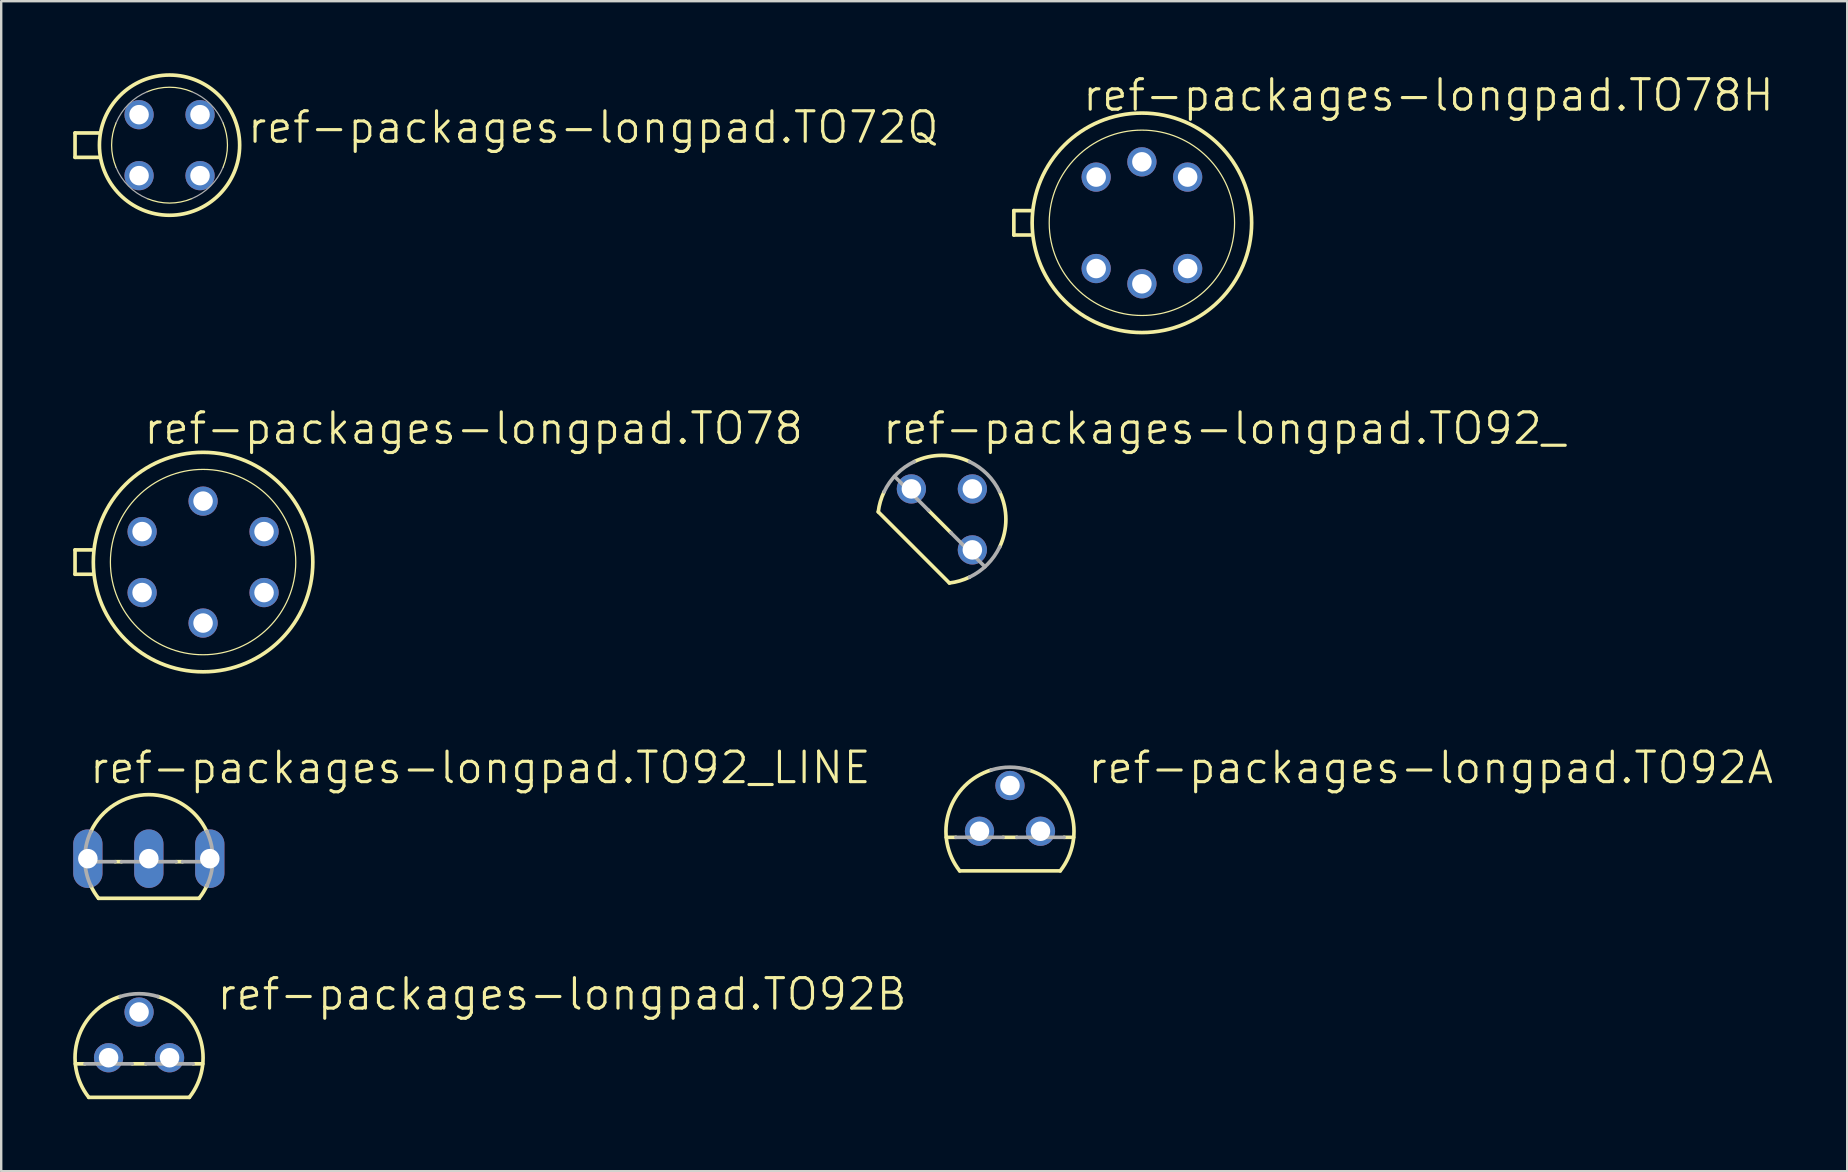
<source format=kicad_pcb>
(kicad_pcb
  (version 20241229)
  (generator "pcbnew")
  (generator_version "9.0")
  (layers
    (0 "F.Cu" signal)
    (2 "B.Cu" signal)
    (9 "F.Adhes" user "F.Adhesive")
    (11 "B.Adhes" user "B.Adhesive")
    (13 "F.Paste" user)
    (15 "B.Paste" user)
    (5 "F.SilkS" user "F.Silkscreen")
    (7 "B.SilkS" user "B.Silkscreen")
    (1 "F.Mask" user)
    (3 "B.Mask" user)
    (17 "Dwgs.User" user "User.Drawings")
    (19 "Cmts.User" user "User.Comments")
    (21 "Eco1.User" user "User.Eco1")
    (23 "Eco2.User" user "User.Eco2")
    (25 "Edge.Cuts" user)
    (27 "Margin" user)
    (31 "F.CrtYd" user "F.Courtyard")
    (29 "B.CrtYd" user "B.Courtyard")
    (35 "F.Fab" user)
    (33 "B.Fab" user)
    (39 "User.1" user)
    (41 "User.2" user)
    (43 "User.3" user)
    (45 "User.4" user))
  (footprint "ref-packages-longpad.TO78H"
    (layer "F.Cu")
    (at 44.521 6.232)
    (property "Reference" "ref-packages-longpad.TO78H" (at -2.54 -4.572 0) (layer "F.SilkS") (effects (font (size 1.27 1.27) (thickness 0.13)) (justify left bottom)))
    (attr through_hole)
    (fp_line (start -5.334 0.508) (end -5.334 -0.508) (stroke (width 0.152) (type default)) (layer "F.SilkS"))
    (fp_line (start -5.334 0.508) (end -4.572 0.508) (stroke (width 0.152) (type default)) (layer "F.SilkS"))
    (fp_line (start -4.572 -0.508) (end -5.334 -0.508) (stroke (width 0.152) (type default)) (layer "F.SilkS"))
    (fp_circle (center 0 0) (end 3.861 0) (stroke (width 0.051) (type default)) (fill no) (layer "F.SilkS"))
    (fp_circle (center 0 0) (end 4.572 0) (stroke (width 0.152) (type default)) (fill no) (layer "F.SilkS"))
    (pad "1" thru_hole circle (at -1.905 1.905) (size 1.219 1.219) (drill 0.813) (layers "*.Cu" "*.Mask"))
    (pad "2" thru_hole circle (at 0 2.54) (size 1.219 1.219) (drill 0.813) (layers "*.Cu" "*.Mask"))
    (pad "3" thru_hole circle (at 1.905 1.905) (size 1.219 1.219) (drill 0.813) (layers "*.Cu" "*.Mask"))
    (pad "4" thru_hole circle (at 1.905 -1.905) (size 1.219 1.219) (drill 0.813) (layers "*.Cu" "*.Mask"))
    (pad "5" thru_hole circle (at 0 -2.54) (size 1.219 1.219) (drill 0.813) (layers "*.Cu" "*.Mask"))
    (pad "6" thru_hole circle (at -1.905 -1.905) (size 1.219 1.219) (drill 0.813) (layers "*.Cu" "*.Mask")))
  (footprint "ref-packages-longpad.TO92A"
    (layer "F.Cu")
    (at 39.025 31.579)
    (property "Reference" "ref-packages-longpad.TO92A" (at 3.175 -1.905 0) (layer "F.SilkS") (effects (font (size 1.27 1.27) (thickness 0.13)) (justify left bottom)))
    (attr through_hole)
    (fp_line (start -2.655 0.254) (end -2.254 0.254) (stroke (width 0.152) (type default)) (layer "F.SilkS"))
    (fp_line (start -2.095 1.651) (end 2.095 1.651) (stroke (width 0.152) (type default)) (layer "F.SilkS"))
    (fp_line (start -0.286 0.254) (end 0.286 0.254) (stroke (width 0.152) (type default)) (layer "F.SilkS"))
    (fp_line (start 2.254 0.254) (end 2.655 0.254) (stroke (width 0.152) (type default)) (layer "F.SilkS"))
    (fp_arc (start -2.0946 1.651) (mid -2.54634 -0.793276) (end -0.7863 -2.5485) (stroke (width 0.1524) (type default)) (layer "F.SilkS"))
    (fp_arc (start 0.7868 -2.5484) (mid 2.54677 -0.793201) (end 2.095 1.651) (stroke (width 0.1524) (type default)) (layer "F.SilkS"))
    (fp_line (start -2.254 0.254) (end -0.286 0.254) (stroke (width 0.152) (type default)) (layer "F.Fab"))
    (fp_line (start 0.286 0.254) (end 2.254 0.254) (stroke (width 0.152) (type default)) (layer "F.Fab"))
    (fp_arc (start -0.7863 -2.5485) (mid 0 -2.667043) (end 0.7863 -2.5485) (stroke (width 0.1524) (type default)) (layer "F.Fab"))
    (pad "B" thru_hole circle (at 0 -1.905) (size 1.219 1.219) (drill 0.813) (layers "*.Cu" "*.Mask"))
    (pad "C" thru_hole circle (at -1.27 0) (size 1.219 1.219) (drill 0.813) (layers "*.Cu" "*.Mask"))
    (pad "E" thru_hole circle (at 1.27 0) (size 1.219 1.219) (drill 0.813) (layers "*.Cu" "*.Mask")))
  (footprint "ref-packages-longpad.TO72Q"
    (layer "F.Cu")
    (at 4.013 2.997)
    (property "Reference" "ref-packages-longpad.TO72Q" (at 3.175 0 0) (layer "F.SilkS") (effects (font (size 1.27 1.27) (thickness 0.13)) (justify left bottom)))
    (attr through_hole)
    (fp_line (start -3.937 -0.508) (end -2.896 -0.508) (stroke (width 0.152) (type default)) (layer "F.SilkS"))
    (fp_line (start -3.937 0.508) (end -3.937 -0.508) (stroke (width 0.152) (type default)) (layer "F.SilkS"))
    (fp_line (start -2.896 0.508) (end -3.937 0.508) (stroke (width 0.152) (type default)) (layer "F.SilkS"))
    (fp_arc (start -2.227 0.9289) (mid -2.412962 0) (end -2.227 -0.9289) (stroke (width 0.0508) (type default)) (layer "F.SilkS"))
    (fp_arc (start -0.9289 -2.227) (mid 0 -2.412962) (end 0.9289 -2.227) (stroke (width 0.0508) (type default)) (layer "F.SilkS"))
    (fp_arc (start 0.9289 2.227) (mid 0 2.412962) (end -0.9289 2.227) (stroke (width 0.0508) (type default)) (layer "F.SilkS"))
    (fp_arc (start 2.227 -0.9289) (mid 2.412962 0) (end 2.227 0.9289) (stroke (width 0.0508) (type default)) (layer "F.SilkS"))
    (fp_circle (center 0 0) (end 2.921 0) (stroke (width 0.152) (type default)) (fill no) (layer "F.SilkS"))
    (fp_arc (start -2.227 -0.9289) (mid -1.706222 -1.706222) (end -0.9289 -2.227) (stroke (width 0.0508) (type default)) (layer "F.Fab"))
    (fp_arc (start -0.9289 2.227) (mid -1.706222 1.706222) (end -2.227 0.9289) (stroke (width 0.0508) (type default)) (layer "F.Fab"))
    (fp_arc (start 0.9289 -2.227) (mid 1.706222 -1.706222) (end 2.227 -0.9289) (stroke (width 0.0508) (type default)) (layer "F.Fab"))
    (fp_arc (start 2.227 0.9289) (mid 1.706222 1.706222) (end 0.9289 2.227) (stroke (width 0.0508) (type default)) (layer "F.Fab"))
    (pad "B" thru_hole circle (at 1.27 1.27) (size 1.219 1.219) (drill 0.813) (layers "*.Cu" "*.Mask"))
    (pad "C" thru_hole circle (at 1.27 -1.27) (size 1.219 1.219) (drill 0.813) (layers "*.Cu" "*.Mask"))
    (pad "E1" thru_hole circle (at -1.27 1.27) (size 1.219 1.219) (drill 0.813) (layers "*.Cu" "*.Mask"))
    (pad "E2" thru_hole circle (at -1.27 -1.27) (size 1.219 1.219) (drill 0.813) (layers "*.Cu" "*.Mask")))
  (footprint "ref-packages-longpad.TO92_"
    (layer "F.Cu")
    (at 36.188 18.588)
    (property "Reference" "ref-packages-longpad.TO92_" (at -2.54 -3.048 0) (layer "F.SilkS") (effects (font (size 1.27 1.27) (thickness 0.13)) (justify left bottom)))
    (attr through_hole)
    (fp_line (start -2.649 -0.314) (end 0.314 2.649) (stroke (width 0.152) (type default)) (layer "F.SilkS"))
    (fp_line (start -0.557 -0.377) (end 0.377 0.557) (stroke (width 0.152) (type default)) (layer "F.SilkS"))
    (fp_arc (start -2.649 -0.314) (mid -2.562364 -0.741831) (end -2.4071 -1.1498) (stroke (width 0.1524) (type default)) (layer "F.SilkS"))
    (fp_arc (start -1.1494 -2.4066) (mid 0 -2.666992) (end 1.1494 -2.4066) (stroke (width 0.1524) (type default)) (layer "F.SilkS"))
    (fp_arc (start 1.1498 2.4071) (mid 0.741831 2.562364) (end 0.314 2.649) (stroke (width 0.1524) (type default)) (layer "F.SilkS"))
    (fp_arc (start 2.4066 -1.1494) (mid 2.666992 0) (end 2.4066 1.1494) (stroke (width 0.1524) (type default)) (layer "F.SilkS"))
    (fp_line (start -1.974 -1.794) (end -0.557 -0.377) (stroke (width 0.152) (type default)) (layer "F.Fab"))
    (fp_line (start 0.377 0.557) (end 1.794 1.974) (stroke (width 0.152) (type default)) (layer "F.Fab"))
    (fp_arc (start -2.4066 -1.1494) (mid -1.885848 -1.885848) (end -1.1494 -2.4066) (stroke (width 0.1524) (type default)) (layer "F.Fab"))
    (fp_arc (start 1.1494 -2.4066) (mid 1.885848 -1.885848) (end 2.4066 -1.1494) (stroke (width 0.1524) (type default)) (layer "F.Fab"))
    (fp_arc (start 2.4066 1.1494) (mid 1.885848 1.885848) (end 1.1494 2.4066) (stroke (width 0.1524) (type default)) (layer "F.Fab"))
    (pad "1" thru_hole circle (at 1.27 1.27) (size 1.219 1.219) (drill 0.813) (layers "*.Cu" "*.Mask"))
    (pad "2" thru_hole circle (at 1.27 -1.27) (size 1.219 1.219) (drill 0.813) (layers "*.Cu" "*.Mask"))
    (pad "3" thru_hole circle (at -1.27 -1.27) (size 1.219 1.219) (drill 0.813) (layers "*.Cu" "*.Mask")))
  (footprint "ref-packages-longpad.TO92_LINE"
    (layer "F.Cu")
    (at 3.15 32.722)
    (property "Reference" "ref-packages-longpad.TO92_LINE" (at -2.54 -3.048 0) (layer "F.SilkS") (effects (font (size 1.27 1.27) (thickness 0.13)) (justify left bottom)))
    (attr through_hole)
    (fp_line (start -2.095 1.651) (end 2.095 1.651) (stroke (width 0.152) (type default)) (layer "F.SilkS"))
    (fp_line (start -1.136 0.127) (end -1.404 0.127) (stroke (width 0.152) (type default)) (layer "F.SilkS"))
    (fp_line (start 1.404 0.127) (end 1.136 0.127) (stroke (width 0.152) (type default)) (layer "F.SilkS"))
    (fp_arc (start -2.413 -1.1359) (mid 0 -2.66699) (end 2.413 -1.1359) (stroke (width 0.1524) (type default)) (layer "F.SilkS"))
    (fp_arc (start -2.095 1.651) (mid -2.268918 1.40252) (end -2.4135 1.1359) (stroke (width 0.1524) (type default)) (layer "F.SilkS"))
    (fp_arc (start 2.4247 1.1118) (mid 2.275878 1.391201) (end 2.095 1.651) (stroke (width 0.1524) (type default)) (layer "F.SilkS"))
    (fp_line (start -1.404 0.127) (end -2.664 0.127) (stroke (width 0.152) (type default)) (layer "F.Fab"))
    (fp_line (start 1.136 0.127) (end -1.136 0.127) (stroke (width 0.152) (type default)) (layer "F.Fab"))
    (fp_line (start 2.664 0.127) (end 1.404 0.127) (stroke (width 0.152) (type default)) (layer "F.Fab"))
    (fp_arc (start -2.664 0.127) (mid -2.615858 -0.519825) (end -2.413 -1.1359) (stroke (width 0.1524) (type default)) (layer "F.Fab"))
    (fp_arc (start -2.413 1.1359) (mid -2.588137 0.643799) (end -2.664 0.127) (stroke (width 0.1524) (type default)) (layer "F.Fab"))
    (fp_arc (start 2.413 -1.1359) (mid 2.615858 -0.519825) (end 2.664 0.127) (stroke (width 0.1524) (type default)) (layer "F.Fab"))
    (fp_arc (start 2.664 0.127) (mid 2.588137 0.643799) (end 2.413 1.1359) (stroke (width 0.1524) (type default)) (layer "F.Fab"))
    (pad "1" thru_hole oval (at 2.54 0 90) (size 2.438 1.219) (drill 0.813) (layers "*.Cu" "*.Mask"))
    (pad "2" thru_hole oval (at 0 0 90) (size 2.438 1.219) (drill 0.813) (layers "*.Cu" "*.Mask"))
    (pad "3" thru_hole oval (at -2.54 0 90) (size 2.438 1.219) (drill 0.813) (layers "*.Cu" "*.Mask")))
  (footprint "ref-packages-longpad.TO78"
    (layer "F.Cu")
    (at 5.41 20.366)
    (property "Reference" "ref-packages-longpad.TO78" (at -2.54 -4.826 0) (layer "F.SilkS") (effects (font (size 1.27 1.27) (thickness 0.13)) (justify left bottom)))
    (attr through_hole)
    (fp_line (start -5.334 0.508) (end -5.334 -0.508) (stroke (width 0.152) (type default)) (layer "F.SilkS"))
    (fp_line (start -5.334 0.508) (end -4.572 0.508) (stroke (width 0.152) (type default)) (layer "F.SilkS"))
    (fp_line (start -4.572 -0.508) (end -5.334 -0.508) (stroke (width 0.152) (type default)) (layer "F.SilkS"))
    (fp_circle (center 0 0) (end 3.861 0) (stroke (width 0.051) (type default)) (fill no) (layer "F.SilkS"))
    (fp_circle (center 0 0) (end 4.572 0) (stroke (width 0.152) (type default)) (fill no) (layer "F.SilkS"))
    (pad "1" thru_hole circle (at -2.54 1.27) (size 1.219 1.219) (drill 0.813) (layers "*.Cu" "*.Mask"))
    (pad "2" thru_hole circle (at 0 2.54) (size 1.219 1.219) (drill 0.813) (layers "*.Cu" "*.Mask"))
    (pad "3" thru_hole circle (at 2.54 1.27) (size 1.219 1.219) (drill 0.813) (layers "*.Cu" "*.Mask"))
    (pad "4" thru_hole circle (at 2.54 -1.27) (size 1.219 1.219) (drill 0.813) (layers "*.Cu" "*.Mask"))
    (pad "5" thru_hole circle (at 0 -2.54) (size 1.219 1.219) (drill 0.813) (layers "*.Cu" "*.Mask"))
    (pad "6" thru_hole circle (at -2.54 -1.27) (size 1.219 1.219) (drill 0.813) (layers "*.Cu" "*.Mask")))
  (footprint "ref-packages-longpad.TO92B"
    (layer "F.Cu")
    (at 2.743 41.015)
    (property "Reference" "ref-packages-longpad.TO92B" (at 3.175 -1.905 0) (layer "F.SilkS") (effects (font (size 1.27 1.27) (thickness 0.13)) (justify left bottom)))
    (attr through_hole)
    (fp_line (start -2.655 0.254) (end -2.254 0.254) (stroke (width 0.152) (type default)) (layer "F.SilkS"))
    (fp_line (start -2.095 1.651) (end 2.095 1.651) (stroke (width 0.152) (type default)) (layer "F.SilkS"))
    (fp_line (start -0.286 0.254) (end 0.286 0.254) (stroke (width 0.152) (type default)) (layer "F.SilkS"))
    (fp_line (start 2.254 0.254) (end 2.655 0.254) (stroke (width 0.152) (type default)) (layer "F.SilkS"))
    (fp_arc (start -2.0946 1.651) (mid -2.54634 -0.793276) (end -0.7863 -2.5485) (stroke (width 0.1524) (type default)) (layer "F.SilkS"))
    (fp_arc (start 0.7868 -2.5484) (mid 2.54677 -0.793201) (end 2.095 1.651) (stroke (width 0.1524) (type default)) (layer "F.SilkS"))
    (fp_line (start -2.254 0.254) (end -0.286 0.254) (stroke (width 0.152) (type default)) (layer "F.Fab"))
    (fp_line (start 0.286 0.254) (end 2.254 0.254) (stroke (width 0.152) (type default)) (layer "F.Fab"))
    (fp_arc (start -0.7863 -2.5485) (mid 0 -2.667043) (end 0.7863 -2.5485) (stroke (width 0.1524) (type default)) (layer "F.Fab"))
    (pad "B" thru_hole circle (at -1.27 0) (size 1.219 1.219) (drill 0.813) (layers "*.Cu" "*.Mask"))
    (pad "C" thru_hole circle (at 1.27 0) (size 1.219 1.219) (drill 0.813) (layers "*.Cu" "*.Mask"))
    (pad "E" thru_hole circle (at 0 -1.905) (size 1.219 1.219) (drill 0.813) (layers "*.Cu" "*.Mask")))
  (gr_rect
    (start -3 -3)
    (end 73.904 45.742)
    (stroke (width 0.1) (type default))
    (fill no)
    (layer "Edge.Cuts")))
</source>
